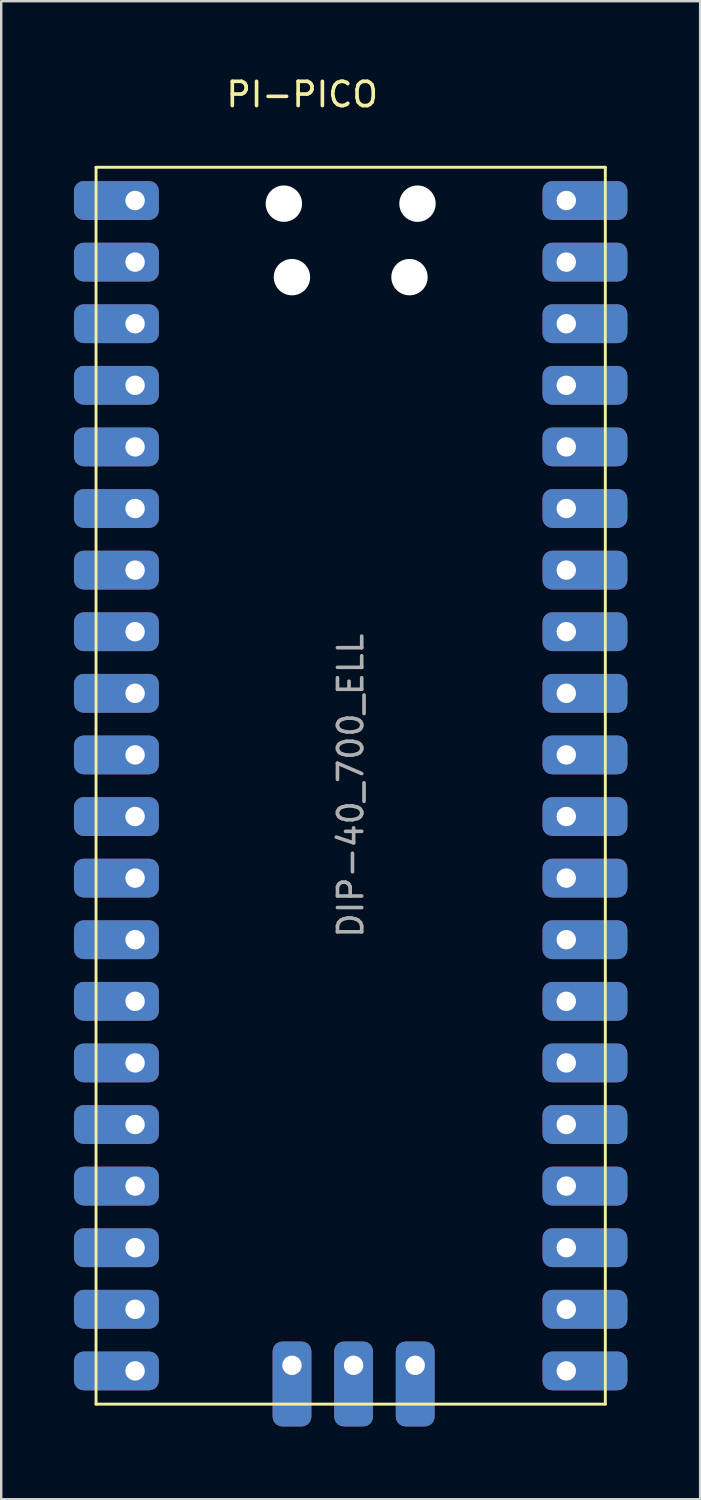
<source format=kicad_pcb>
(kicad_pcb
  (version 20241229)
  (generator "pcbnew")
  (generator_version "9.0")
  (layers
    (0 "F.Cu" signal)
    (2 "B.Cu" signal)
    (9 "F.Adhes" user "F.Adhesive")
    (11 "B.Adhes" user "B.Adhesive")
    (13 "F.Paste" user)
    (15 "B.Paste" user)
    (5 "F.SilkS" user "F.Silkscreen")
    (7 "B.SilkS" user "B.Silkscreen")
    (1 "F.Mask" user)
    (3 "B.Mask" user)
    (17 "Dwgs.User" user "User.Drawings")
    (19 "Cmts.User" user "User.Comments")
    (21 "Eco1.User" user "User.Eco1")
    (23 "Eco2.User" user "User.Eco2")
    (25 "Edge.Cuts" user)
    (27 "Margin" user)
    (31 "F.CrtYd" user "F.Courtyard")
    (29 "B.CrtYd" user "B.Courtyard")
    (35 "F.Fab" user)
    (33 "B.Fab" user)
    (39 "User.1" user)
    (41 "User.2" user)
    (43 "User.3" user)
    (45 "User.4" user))
  (footprint "PI-PICO"
    (layer "F.Cu")
    (at 11.41 29.348)
    (property "Reference" "PI-PICO" (at -2 -28.5 0) (layer "F.SilkS") (effects (font (size 1 1) (thickness 0.15))))
    (attr through_hole)
    (fp_line (start -10.5 -25.5) (end 10.5 -25.5) (stroke (width 0.12) (type solid)) (layer "F.SilkS"))
    (fp_line (start -10.5 25.5) (end -10.5 -25.5) (stroke (width 0.12) (type solid)) (layer "F.SilkS"))
    (fp_line (start -10.5 25.5) (end 10.5 25.5) (stroke (width 0.12) (type solid)) (layer "F.SilkS"))
    (fp_line (start 10.5 25.5) (end 10.5 -25.5) (stroke (width 0.12) (type solid)) (layer "F.SilkS"))
    (fp_text user "DIP-40_700_ELL" (at 0 0 270) (layer "F.Fab") (effects (font (size 1 1) (thickness 0.15))))
    (pad "" np_thru_hole circle (at -2.755 -24) (size 1.5 1.5) (drill 1.5) (layers "*.Mask" "F.Cu"))
    (pad "" np_thru_hole circle (at -2.422 -20.97) (size 1.5 1.5) (drill 1.5) (layers "*.Mask" "F.Cu"))
    (pad "" smd rect (at 0 -18) (size 7 14) (layers "F.Mask"))
    (pad "" np_thru_hole circle (at 2.425 -20.97) (size 1.5 1.5) (drill 1.5) (layers "*.Mask" "F.Cu"))
    (pad "" np_thru_hole circle (at 2.755 -24) (size 1.5 1.5) (drill 1.5) (layers "*.Mask" "F.Cu"))
    (pad "1" thru_hole roundrect (at -8.89 -24.13 270) (size 1.6 3.5) (drill 0.8 (offset 0 0.77)) (layers "*.Cu" "*.Mask") (roundrect_rratio 0.25))
    (pad "2" thru_hole roundrect (at -8.89 -21.59 270) (size 1.6 3.5) (drill 0.8 (offset 0 0.77)) (layers "*.Cu" "*.Mask") (roundrect_rratio 0.25))
    (pad "3" thru_hole roundrect (at -8.89 -19.05 270) (size 1.6 3.5) (drill 0.8 (offset 0 0.77)) (layers "*.Cu" "*.Mask") (roundrect_rratio 0.25))
    (pad "4" thru_hole roundrect (at -8.89 -16.51 270) (size 1.6 3.5) (drill 0.8 (offset 0 0.77)) (layers "*.Cu" "*.Mask") (roundrect_rratio 0.25))
    (pad "5" thru_hole roundrect (at -8.89 -13.97 270) (size 1.6 3.5) (drill 0.8 (offset 0 0.77)) (layers "*.Cu" "*.Mask") (roundrect_rratio 0.25))
    (pad "6" thru_hole roundrect (at -8.89 -11.43 270) (size 1.6 3.5) (drill 0.8 (offset 0 0.77)) (layers "*.Cu" "*.Mask") (roundrect_rratio 0.25))
    (pad "7" thru_hole roundrect (at -8.89 -8.89 270) (size 1.6 3.5) (drill 0.8 (offset 0 0.77)) (layers "*.Cu" "*.Mask") (roundrect_rratio 0.25))
    (pad "8" thru_hole roundrect (at -8.89 -6.35 270) (size 1.6 3.5) (drill 0.8 (offset 0 0.77)) (layers "*.Cu" "*.Mask") (roundrect_rratio 0.25))
    (pad "9" thru_hole roundrect (at -8.89 -3.81 270) (size 1.6 3.5) (drill 0.8 (offset 0 0.77)) (layers "*.Cu" "*.Mask") (roundrect_rratio 0.25))
    (pad "10" thru_hole roundrect (at -8.89 -1.27 270) (size 1.6 3.5) (drill 0.8 (offset 0 0.77)) (layers "*.Cu" "*.Mask") (roundrect_rratio 0.25))
    (pad "11" thru_hole roundrect (at -8.89 1.27 270) (size 1.6 3.5) (drill 0.8 (offset 0 0.77)) (layers "*.Cu" "*.Mask") (roundrect_rratio 0.25))
    (pad "12" thru_hole roundrect (at -8.89 3.81 270) (size 1.6 3.5) (drill 0.8 (offset 0 0.77)) (layers "*.Cu" "*.Mask") (roundrect_rratio 0.25))
    (pad "13" thru_hole roundrect (at -8.89 6.35 270) (size 1.6 3.5) (drill 0.8 (offset 0 0.77)) (layers "*.Cu" "*.Mask") (roundrect_rratio 0.25))
    (pad "14" thru_hole roundrect (at -8.89 8.89 270) (size 1.6 3.5) (drill 0.8 (offset 0 0.77)) (layers "*.Cu" "*.Mask") (roundrect_rratio 0.25))
    (pad "15" thru_hole roundrect (at -8.89 11.43 270) (size 1.6 3.5) (drill 0.8 (offset 0 0.77)) (layers "*.Cu" "*.Mask") (roundrect_rratio 0.25))
    (pad "16" thru_hole roundrect (at -8.89 13.97 270) (size 1.6 3.5) (drill 0.8 (offset 0 0.77)) (layers "*.Cu" "*.Mask") (roundrect_rratio 0.25))
    (pad "17" thru_hole roundrect (at -8.89 16.51 270) (size 1.6 3.5) (drill 0.8 (offset 0 0.77)) (layers "*.Cu" "*.Mask") (roundrect_rratio 0.25))
    (pad "18" thru_hole roundrect (at -8.89 19.05 270) (size 1.6 3.5) (drill 0.8 (offset 0 0.77)) (layers "*.Cu" "*.Mask") (roundrect_rratio 0.25))
    (pad "19" thru_hole roundrect (at -8.89 21.59 270) (size 1.6 3.5) (drill 0.8 (offset 0 0.77)) (layers "*.Cu" "*.Mask") (roundrect_rratio 0.25))
    (pad "20" thru_hole roundrect (at -8.89 24.13 270) (size 1.6 3.5) (drill 0.8 (offset 0 0.77)) (layers "*.Cu" "*.Mask") (roundrect_rratio 0.25))
    (pad "21" thru_hole roundrect (at 8.89 24.13 270) (size 1.6 3.5) (drill 0.8 (offset 0 -0.77)) (layers "*.Cu" "*.Mask") (roundrect_rratio 0.25))
    (pad "22" thru_hole roundrect (at 8.89 21.59 270) (size 1.6 3.5) (drill 0.8 (offset 0 -0.77)) (layers "*.Cu" "*.Mask") (roundrect_rratio 0.25))
    (pad "23" thru_hole roundrect (at 8.89 19.05 270) (size 1.6 3.5) (drill 0.8 (offset 0 -0.77)) (layers "*.Cu" "*.Mask") (roundrect_rratio 0.25))
    (pad "24" thru_hole roundrect (at 8.89 16.51 270) (size 1.6 3.5) (drill 0.8 (offset 0 -0.77)) (layers "*.Cu" "*.Mask") (roundrect_rratio 0.25))
    (pad "25" thru_hole roundrect (at 8.89 13.97 270) (size 1.6 3.5) (drill 0.8 (offset 0 -0.77)) (layers "*.Cu" "*.Mask") (roundrect_rratio 0.25))
    (pad "26" thru_hole roundrect (at 8.89 11.43 270) (size 1.6 3.5) (drill 0.8 (offset 0 -0.77)) (layers "*.Cu" "*.Mask") (roundrect_rratio 0.25))
    (pad "27" thru_hole roundrect (at 8.89 8.89 270) (size 1.6 3.5) (drill 0.8 (offset 0 -0.77)) (layers "*.Cu" "*.Mask") (roundrect_rratio 0.25))
    (pad "28" thru_hole roundrect (at 8.89 6.35 270) (size 1.6 3.5) (drill 0.8 (offset 0 -0.77)) (layers "*.Cu" "*.Mask") (roundrect_rratio 0.25))
    (pad "29" thru_hole roundrect (at 8.89 3.81 270) (size 1.6 3.5) (drill 0.8 (offset 0 -0.77)) (layers "*.Cu" "*.Mask") (roundrect_rratio 0.25))
    (pad "30" thru_hole roundrect (at 8.89 1.27 270) (size 1.6 3.5) (drill 0.8 (offset 0 -0.77)) (layers "*.Cu" "*.Mask") (roundrect_rratio 0.25))
    (pad "31" thru_hole roundrect (at 8.89 -1.27 270) (size 1.6 3.5) (drill 0.8 (offset 0 -0.77)) (layers "*.Cu" "*.Mask") (roundrect_rratio 0.25))
    (pad "32" thru_hole roundrect (at 8.89 -3.81 270) (size 1.6 3.5) (drill 0.8 (offset 0 -0.77)) (layers "*.Cu" "*.Mask") (roundrect_rratio 0.25))
    (pad "33" thru_hole roundrect (at 8.89 -6.35 270) (size 1.6 3.5) (drill 0.8 (offset 0 -0.77)) (layers "*.Cu" "*.Mask") (roundrect_rratio 0.25))
    (pad "34" thru_hole roundrect (at 8.89 -8.89 270) (size 1.6 3.5) (drill 0.8 (offset 0 -0.77)) (layers "*.Cu" "*.Mask") (roundrect_rratio 0.25))
    (pad "35" thru_hole roundrect (at 8.89 -11.43 270) (size 1.6 3.5) (drill 0.8 (offset 0 -0.77)) (layers "*.Cu" "*.Mask") (roundrect_rratio 0.25))
    (pad "36" thru_hole roundrect (at 8.89 -13.97 270) (size 1.6 3.5) (drill 0.8 (offset 0 -0.77)) (layers "*.Cu" "*.Mask") (roundrect_rratio 0.25))
    (pad "37" thru_hole roundrect (at 8.89 -16.51 270) (size 1.6 3.5) (drill 0.8 (offset 0 -0.77)) (layers "*.Cu" "*.Mask") (roundrect_rratio 0.25))
    (pad "38" thru_hole roundrect (at 8.89 -19.05 270) (size 1.6 3.5) (drill 0.8 (offset 0 -0.77)) (layers "*.Cu" "*.Mask") (roundrect_rratio 0.25))
    (pad "39" thru_hole roundrect (at 8.89 -21.59 270) (size 1.6 3.5) (drill 0.8 (offset 0 -0.77)) (layers "*.Cu" "*.Mask") (roundrect_rratio 0.25))
    (pad "40" thru_hole roundrect (at 8.89 -24.13 270) (size 1.6 3.5) (drill 0.8 (offset 0 -0.77)) (layers "*.Cu" "*.Mask") (roundrect_rratio 0.25))
    (pad "D1" thru_hole roundrect (at -2.42 23.9 180) (size 1.6 3.5) (drill 0.8 (offset 0 -0.77)) (layers "*.Cu" "*.Mask") (roundrect_rratio 0.25))
    (pad "D2" thru_hole roundrect (at 0.12 23.9 180) (size 1.6 3.5) (drill 0.8 (offset 0 -0.77)) (layers "*.Cu" "*.Mask") (roundrect_rratio 0.25))
    (pad "D3" thru_hole roundrect (at 2.66 23.9 180) (size 1.6 3.5) (drill 0.8 (offset 0 -0.77)) (layers "*.Cu" "*.Mask") (roundrect_rratio 0.25)))
  (gr_rect
    (start -3 -3)
    (end 25.82 58.768)
    (stroke (width 0.1) (type default))
    (fill no)
    (layer "Edge.Cuts")))
</source>
